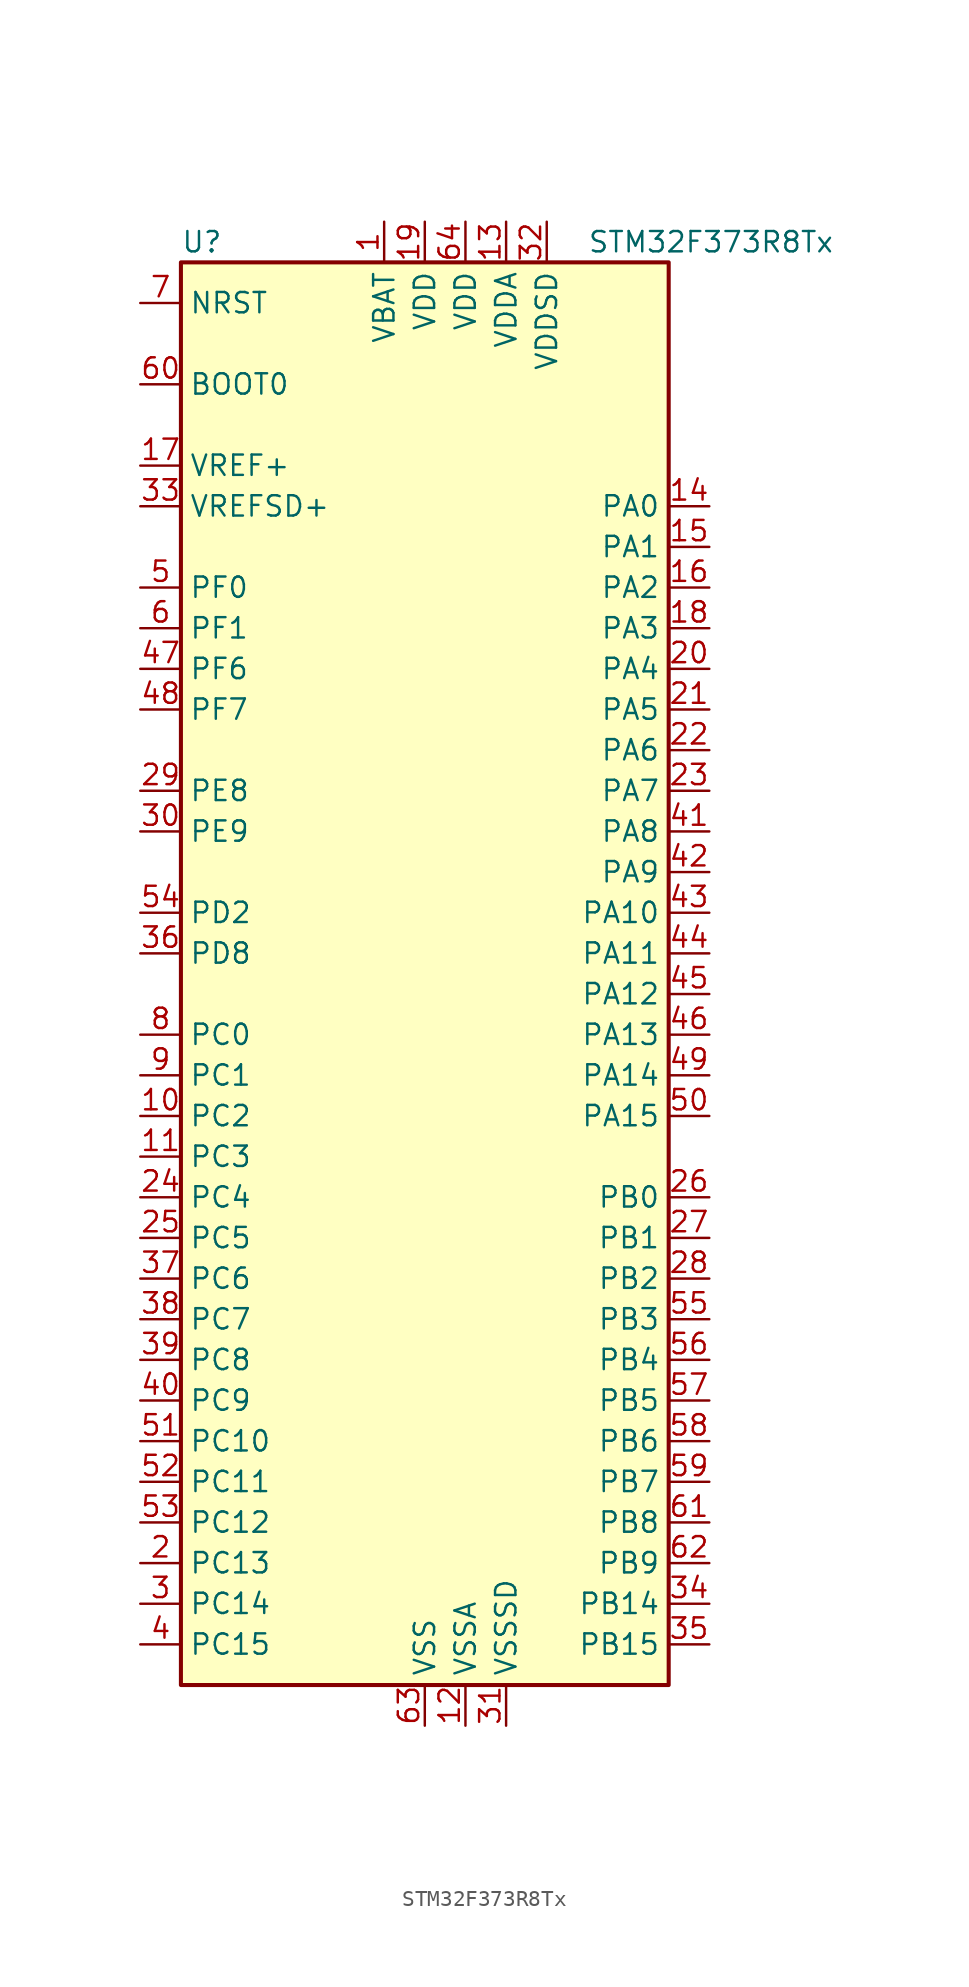
<source format=kicad_sym>
(kicad_symbol_lib
  (version 20211014)
  (generator kicad_symbol_editor)
  (symbol "STM32F373R8Tx"
    (property "Reference" "U"
      (at -15.24 44.45 0)
      (effects (font (size 1.27 1.27)) (justify left)))
    (property "Value" "STM32F373R8Tx"
      (at 10.16 44.45 0)
      (effects (font (size 1.27 1.27)) (justify left)))
    (symbol "STM32F373R8Tx_0_1"
      (rectangle (start -15.24 -45.72) (end 15.24 43.18) (stroke (width 0.254) (type default) (color 0 0 0 0)) (fill (type background))))
    (symbol "STM32F373R8Tx_1_1"
      (pin power_in line (at -2.54 45.72 270) (length 2.54) (name "VBAT" (effects (font (size 1.27 1.27)))) (number "1" (effects (font (size 1.27 1.27)))))
      (pin bidirectional line (at -17.78 -10.16 0) (length 2.54) (name "PC2" (effects (font (size 1.27 1.27)))) (number "10" (effects (font (size 1.27 1.27)))))
      (pin bidirectional line (at -17.78 -12.7 0) (length 2.54) (name "PC3" (effects (font (size 1.27 1.27)))) (number "11" (effects (font (size 1.27 1.27)))))
      (pin power_in line (at 2.54 -48.26 90) (length 2.54) (name "VSSA" (effects (font (size 1.27 1.27)))) (number "12" (effects (font (size 1.27 1.27)))))
      (pin power_in line (at 5.08 45.72 270) (length 2.54) (name "VDDA" (effects (font (size 1.27 1.27)))) (number "13" (effects (font (size 1.27 1.27)))))
      (pin bidirectional line (at 17.78 27.94 180) (length 2.54) (name "PA0" (effects (font (size 1.27 1.27)))) (number "14" (effects (font (size 1.27 1.27)))))
      (pin bidirectional line (at 17.78 25.4 180) (length 2.54) (name "PA1" (effects (font (size 1.27 1.27)))) (number "15" (effects (font (size 1.27 1.27)))))
      (pin bidirectional line (at 17.78 22.86 180) (length 2.54) (name "PA2" (effects (font (size 1.27 1.27)))) (number "16" (effects (font (size 1.27 1.27)))))
      (pin power_in line (at -17.78 30.48 0) (length 2.54) (name "VREF+" (effects (font (size 1.27 1.27)))) (number "17" (effects (font (size 1.27 1.27)))))
      (pin bidirectional line (at 17.78 20.32 180) (length 2.54) (name "PA3" (effects (font (size 1.27 1.27)))) (number "18" (effects (font (size 1.27 1.27)))))
      (pin power_in line (at 0 45.72 270) (length 2.54) (name "VDD" (effects (font (size 1.27 1.27)))) (number "19" (effects (font (size 1.27 1.27)))))
      (pin bidirectional line (at -17.78 -38.1 0) (length 2.54) (name "PC13" (effects (font (size 1.27 1.27)))) (number "2" (effects (font (size 1.27 1.27)))))
      (pin bidirectional line (at 17.78 17.78 180) (length 2.54) (name "PA4" (effects (font (size 1.27 1.27)))) (number "20" (effects (font (size 1.27 1.27)))))
      (pin bidirectional line (at 17.78 15.24 180) (length 2.54) (name "PA5" (effects (font (size 1.27 1.27)))) (number "21" (effects (font (size 1.27 1.27)))))
      (pin bidirectional line (at 17.78 12.7 180) (length 2.54) (name "PA6" (effects (font (size 1.27 1.27)))) (number "22" (effects (font (size 1.27 1.27)))))
      (pin bidirectional line (at 17.78 10.16 180) (length 2.54) (name "PA7" (effects (font (size 1.27 1.27)))) (number "23" (effects (font (size 1.27 1.27)))))
      (pin bidirectional line (at -17.78 -15.24 0) (length 2.54) (name "PC4" (effects (font (size 1.27 1.27)))) (number "24" (effects (font (size 1.27 1.27)))))
      (pin bidirectional line (at -17.78 -17.78 0) (length 2.54) (name "PC5" (effects (font (size 1.27 1.27)))) (number "25" (effects (font (size 1.27 1.27)))))
      (pin bidirectional line (at 17.78 -15.24 180) (length 2.54) (name "PB0" (effects (font (size 1.27 1.27)))) (number "26" (effects (font (size 1.27 1.27)))))
      (pin bidirectional line (at 17.78 -17.78 180) (length 2.54) (name "PB1" (effects (font (size 1.27 1.27)))) (number "27" (effects (font (size 1.27 1.27)))))
      (pin bidirectional line (at 17.78 -20.32 180) (length 2.54) (name "PB2" (effects (font (size 1.27 1.27)))) (number "28" (effects (font (size 1.27 1.27)))))
      (pin bidirectional line (at -17.78 10.16 0) (length 2.54) (name "PE8" (effects (font (size 1.27 1.27)))) (number "29" (effects (font (size 1.27 1.27)))))
      (pin bidirectional line (at -17.78 -40.64 0) (length 2.54) (name "PC14" (effects (font (size 1.27 1.27)))) (number "3" (effects (font (size 1.27 1.27)))))
      (pin bidirectional line (at -17.78 7.62 0) (length 2.54) (name "PE9" (effects (font (size 1.27 1.27)))) (number "30" (effects (font (size 1.27 1.27)))))
      (pin power_in line (at 5.08 -48.26 90) (length 2.54) (name "VSSSD" (effects (font (size 1.27 1.27)))) (number "31" (effects (font (size 1.27 1.27)))))
      (pin power_in line (at 7.62 45.72 270) (length 2.54) (name "VDDSD" (effects (font (size 1.27 1.27)))) (number "32" (effects (font (size 1.27 1.27)))))
      (pin power_in line (at -17.78 27.94 0) (length 2.54) (name "VREFSD+" (effects (font (size 1.27 1.27)))) (number "33" (effects (font (size 1.27 1.27)))))
      (pin bidirectional line (at 17.78 -40.64 180) (length 2.54) (name "PB14" (effects (font (size 1.27 1.27)))) (number "34" (effects (font (size 1.27 1.27)))))
      (pin bidirectional line (at 17.78 -43.18 180) (length 2.54) (name "PB15" (effects (font (size 1.27 1.27)))) (number "35" (effects (font (size 1.27 1.27)))))
      (pin bidirectional line (at -17.78 0 0) (length 2.54) (name "PD8" (effects (font (size 1.27 1.27)))) (number "36" (effects (font (size 1.27 1.27)))))
      (pin bidirectional line (at -17.78 -20.32 0) (length 2.54) (name "PC6" (effects (font (size 1.27 1.27)))) (number "37" (effects (font (size 1.27 1.27)))))
      (pin bidirectional line (at -17.78 -22.86 0) (length 2.54) (name "PC7" (effects (font (size 1.27 1.27)))) (number "38" (effects (font (size 1.27 1.27)))))
      (pin bidirectional line (at -17.78 -25.4 0) (length 2.54) (name "PC8" (effects (font (size 1.27 1.27)))) (number "39" (effects (font (size 1.27 1.27)))))
      (pin bidirectional line (at -17.78 -43.18 0) (length 2.54) (name "PC15" (effects (font (size 1.27 1.27)))) (number "4" (effects (font (size 1.27 1.27)))))
      (pin bidirectional line (at -17.78 -27.94 0) (length 2.54) (name "PC9" (effects (font (size 1.27 1.27)))) (number "40" (effects (font (size 1.27 1.27)))))
      (pin bidirectional line (at 17.78 7.62 180) (length 2.54) (name "PA8" (effects (font (size 1.27 1.27)))) (number "41" (effects (font (size 1.27 1.27)))))
      (pin bidirectional line (at 17.78 5.08 180) (length 2.54) (name "PA9" (effects (font (size 1.27 1.27)))) (number "42" (effects (font (size 1.27 1.27)))))
      (pin bidirectional line (at 17.78 2.54 180) (length 2.54) (name "PA10" (effects (font (size 1.27 1.27)))) (number "43" (effects (font (size 1.27 1.27)))))
      (pin bidirectional line (at 17.78 0 180) (length 2.54) (name "PA11" (effects (font (size 1.27 1.27)))) (number "44" (effects (font (size 1.27 1.27)))))
      (pin bidirectional line (at 17.78 -2.54 180) (length 2.54) (name "PA12" (effects (font (size 1.27 1.27)))) (number "45" (effects (font (size 1.27 1.27)))))
      (pin bidirectional line (at 17.78 -5.08 180) (length 2.54) (name "PA13" (effects (font (size 1.27 1.27)))) (number "46" (effects (font (size 1.27 1.27)))))
      (pin bidirectional line (at -17.78 17.78 0) (length 2.54) (name "PF6" (effects (font (size 1.27 1.27)))) (number "47" (effects (font (size 1.27 1.27)))))
      (pin bidirectional line (at -17.78 15.24 0) (length 2.54) (name "PF7" (effects (font (size 1.27 1.27)))) (number "48" (effects (font (size 1.27 1.27)))))
      (pin bidirectional line (at 17.78 -7.62 180) (length 2.54) (name "PA14" (effects (font (size 1.27 1.27)))) (number "49" (effects (font (size 1.27 1.27)))))
      (pin input line (at -17.78 22.86 0) (length 2.54) (name "PF0" (effects (font (size 1.27 1.27)))) (number "5" (effects (font (size 1.27 1.27)))))
      (pin bidirectional line (at 17.78 -10.16 180) (length 2.54) (name "PA15" (effects (font (size 1.27 1.27)))) (number "50" (effects (font (size 1.27 1.27)))))
      (pin bidirectional line (at -17.78 -30.48 0) (length 2.54) (name "PC10" (effects (font (size 1.27 1.27)))) (number "51" (effects (font (size 1.27 1.27)))))
      (pin bidirectional line (at -17.78 -33.02 0) (length 2.54) (name "PC11" (effects (font (size 1.27 1.27)))) (number "52" (effects (font (size 1.27 1.27)))))
      (pin bidirectional line (at -17.78 -35.56 0) (length 2.54) (name "PC12" (effects (font (size 1.27 1.27)))) (number "53" (effects (font (size 1.27 1.27)))))
      (pin bidirectional line (at -17.78 2.54 0) (length 2.54) (name "PD2" (effects (font (size 1.27 1.27)))) (number "54" (effects (font (size 1.27 1.27)))))
      (pin bidirectional line (at 17.78 -22.86 180) (length 2.54) (name "PB3" (effects (font (size 1.27 1.27)))) (number "55" (effects (font (size 1.27 1.27)))))
      (pin bidirectional line (at 17.78 -25.4 180) (length 2.54) (name "PB4" (effects (font (size 1.27 1.27)))) (number "56" (effects (font (size 1.27 1.27)))))
      (pin bidirectional line (at 17.78 -27.94 180) (length 2.54) (name "PB5" (effects (font (size 1.27 1.27)))) (number "57" (effects (font (size 1.27 1.27)))))
      (pin bidirectional line (at 17.78 -30.48 180) (length 2.54) (name "PB6" (effects (font (size 1.27 1.27)))) (number "58" (effects (font (size 1.27 1.27)))))
      (pin bidirectional line (at 17.78 -33.02 180) (length 2.54) (name "PB7" (effects (font (size 1.27 1.27)))) (number "59" (effects (font (size 1.27 1.27)))))
      (pin input line (at -17.78 20.32 0) (length 2.54) (name "PF1" (effects (font (size 1.27 1.27)))) (number "6" (effects (font (size 1.27 1.27)))))
      (pin input line (at -17.78 35.56 0) (length 2.54) (name "BOOT0" (effects (font (size 1.27 1.27)))) (number "60" (effects (font (size 1.27 1.27)))))
      (pin bidirectional line (at 17.78 -35.56 180) (length 2.54) (name "PB8" (effects (font (size 1.27 1.27)))) (number "61" (effects (font (size 1.27 1.27)))))
      (pin bidirectional line (at 17.78 -38.1 180) (length 2.54) (name "PB9" (effects (font (size 1.27 1.27)))) (number "62" (effects (font (size 1.27 1.27)))))
      (pin power_in line (at 0 -48.26 90) (length 2.54) (name "VSS" (effects (font (size 1.27 1.27)))) (number "63" (effects (font (size 1.27 1.27)))))
      (pin power_in line (at 2.54 45.72 270) (length 2.54) (name "VDD" (effects (font (size 1.27 1.27)))) (number "64" (effects (font (size 1.27 1.27)))))
      (pin input line (at -17.78 40.64 0) (length 2.54) (name "NRST" (effects (font (size 1.27 1.27)))) (number "7" (effects (font (size 1.27 1.27)))))
      (pin bidirectional line (at -17.78 -5.08 0) (length 2.54) (name "PC0" (effects (font (size 1.27 1.27)))) (number "8" (effects (font (size 1.27 1.27)))))
      (pin bidirectional line (at -17.78 -7.62 0) (length 2.54) (name "PC1" (effects (font (size 1.27 1.27)))) (number "9" (effects (font (size 1.27 1.27))))))))
</source>
